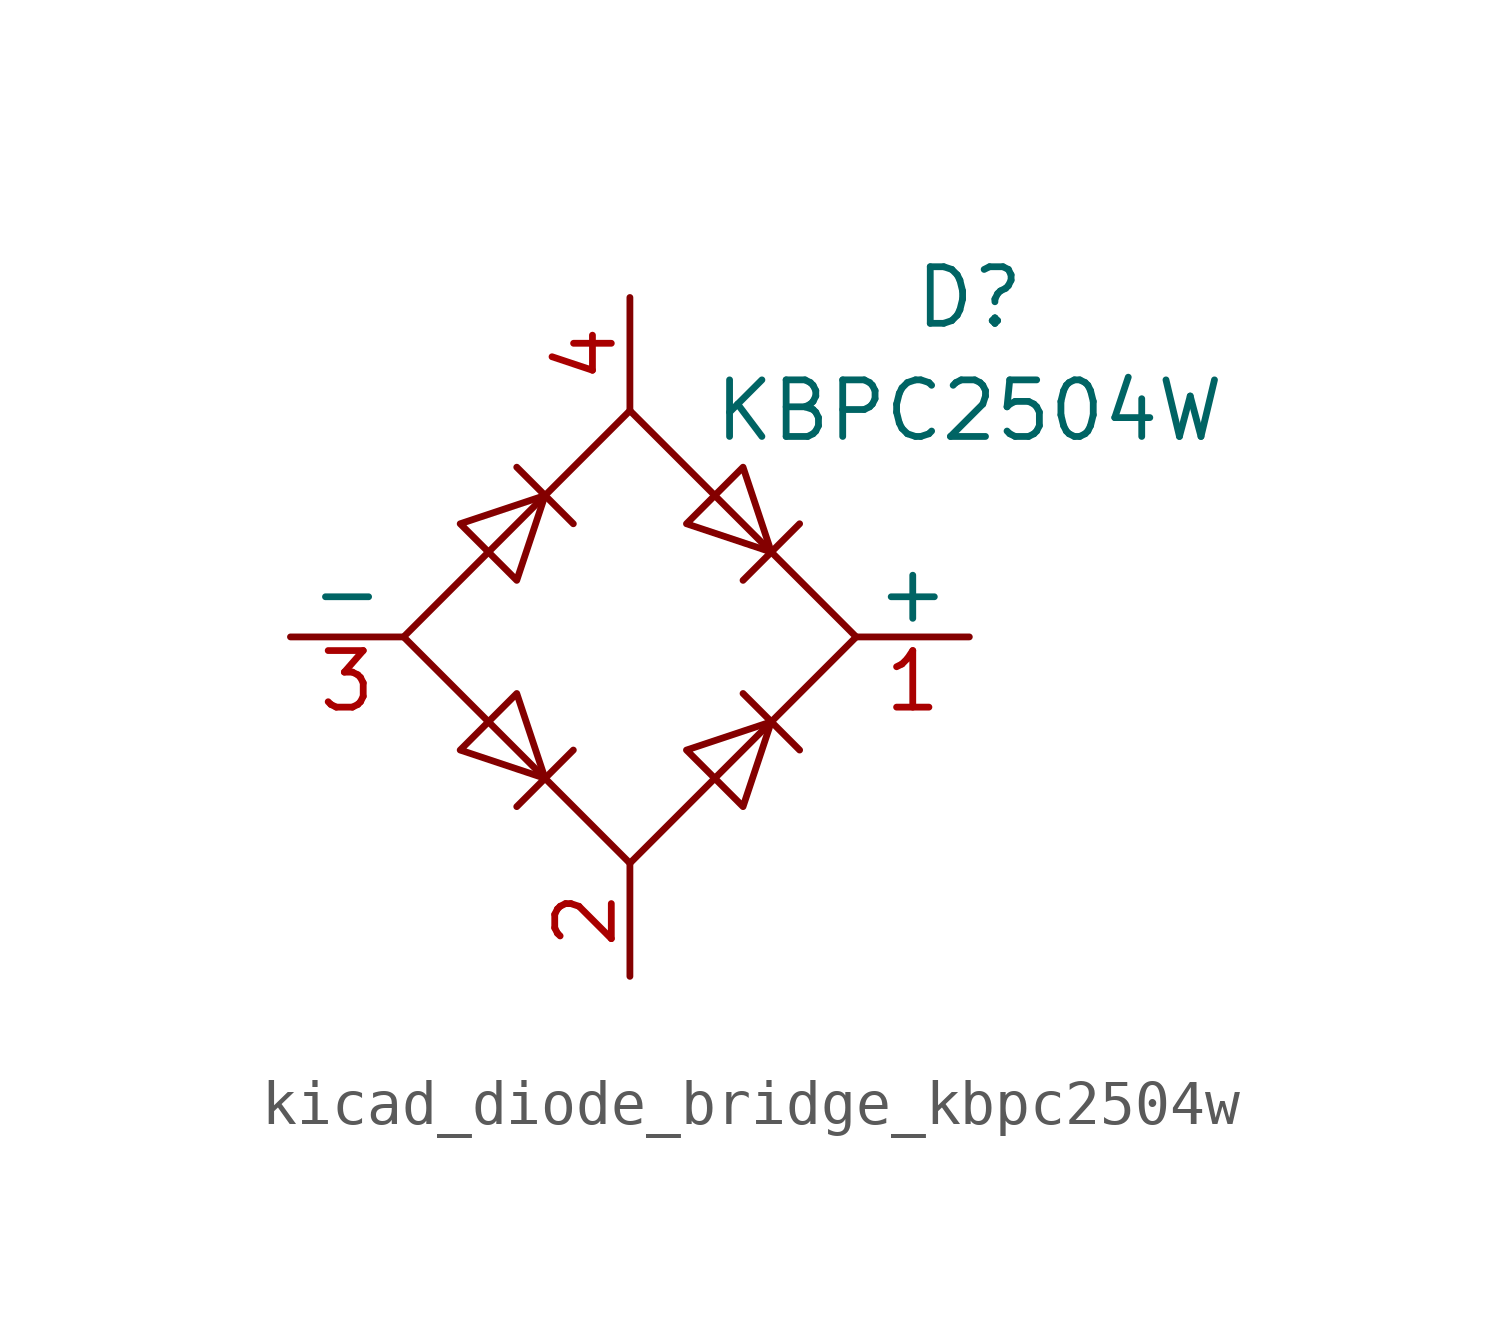
<source format=kicad_sym>
(kicad_symbol_lib
  (version 20220914)
  (generator kicad_symbol_editor)
  (symbol "kicad_diode_bridge_kbpc2504w"
    (pin_names
      (offset 0))
    (property "Reference" "D"
      (at 7.62 7.62 0)
      (effects (font (size 1.27 1.27))))
    (property "Value" "KBPC2504W"
      (at 7.62 5.08 0)
      (effects (font (size 1.27 1.27))))
    (symbol "kicad_diode_bridge_kbpc2504w_0_1"
      (polyline (pts (xy -2.54 3.81) (xy -1.27 2.54)) (stroke (width 0) (type default)) (fill (type none)))
      (polyline (pts (xy -1.27 -2.54) (xy -2.54 -3.81)) (stroke (width 0) (type default)) (fill (type none)))
      (polyline (pts (xy 2.54 -1.27) (xy 3.81 -2.54)) (stroke (width 0) (type default)) (fill (type none)))
      (polyline (pts (xy 2.54 1.27) (xy 3.81 2.54)) (stroke (width 0) (type default)) (fill (type none)))
      (polyline (pts (xy -3.81 2.54) (xy -2.54 1.27) (xy -1.905 3.175) (xy -3.81 2.54)) (stroke (width 0) (type default)) (fill (type none)))
      (polyline (pts (xy -2.54 -1.27) (xy -3.81 -2.54) (xy -1.905 -3.175) (xy -2.54 -1.27)) (stroke (width 0) (type default)) (fill (type none)))
      (polyline (pts (xy 1.27 2.54) (xy 2.54 3.81) (xy 3.175 1.905) (xy 1.27 2.54)) (stroke (width 0) (type default)) (fill (type none)))
      (polyline (pts (xy 3.175 -1.905) (xy 1.27 -2.54) (xy 2.54 -3.81) (xy 3.175 -1.905)) (stroke (width 0) (type default)) (fill (type none)))
      (polyline (pts (xy -5.08 0) (xy 0 -5.08) (xy 5.08 0) (xy 0 5.08) (xy -5.08 0)) (stroke (width 0) (type default)) (fill (type none))))
    (symbol "kicad_diode_bridge_kbpc2504w_1_1"
      (pin passive line (at 7.62 0 180) (length 2.54) (name "+" (effects (font (size 1.27 1.27)))) (number "1" (effects (font (size 1.27 1.27)))))
      (pin passive line (at 0 -7.62 90) (length 2.54) (name "~" (effects (font (size 1.27 1.27)))) (number "2" (effects (font (size 1.27 1.27)))))
      (pin passive line (at -7.62 0 0) (length 2.54) (name "-" (effects (font (size 1.27 1.27)))) (number "3" (effects (font (size 1.27 1.27)))))
      (pin passive line (at 0 7.62 270) (length 2.54) (name "~" (effects (font (size 1.27 1.27)))) (number "4" (effects (font (size 1.27 1.27))))))))
</source>
